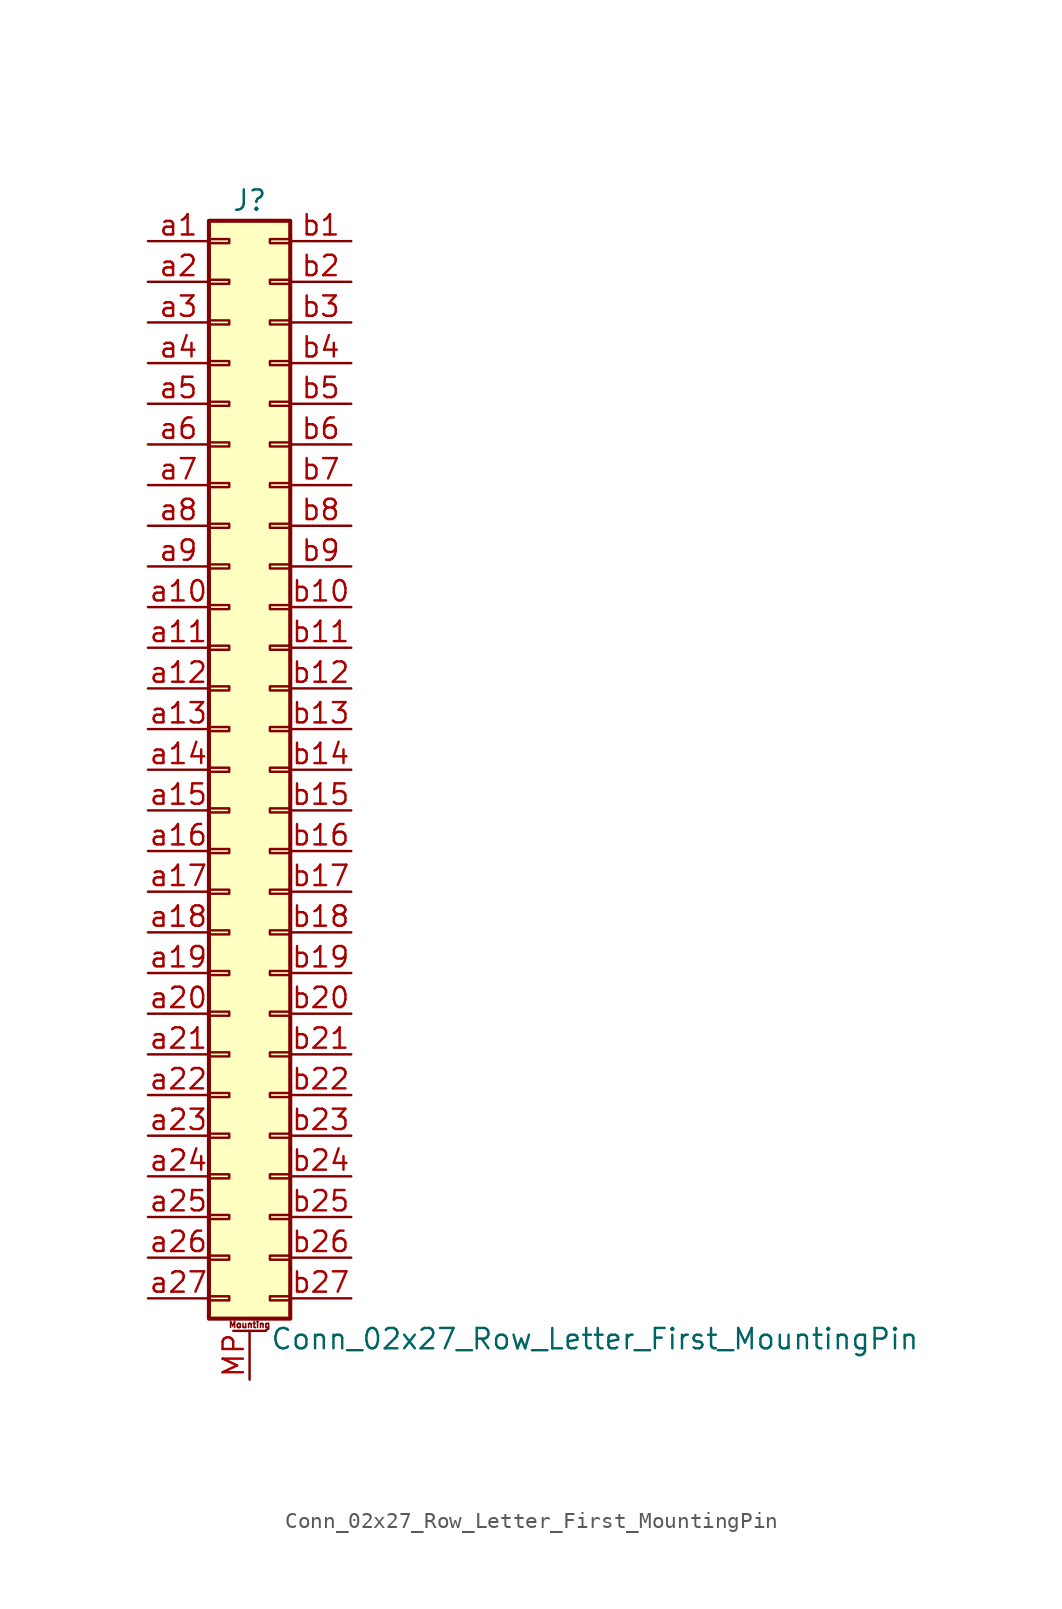
<source format=kicad_sym>
(kicad_symbol_lib
  (version 20211014)
  (generator kicad_symbol_editor)
  (symbol "Conn_02x27_Row_Letter_First_MountingPin"
    (pin_names
      (offset 1.016) hide)
    (property "Reference" "J"
      (at 1.27 35.56 0)
      (effects (font (size 1.27 1.27))))
    (property "Value" "Conn_02x27_Row_Letter_First_MountingPin"
      (at 2.54 -35.56 0)
      (effects (font (size 1.27 1.27)) (justify left)))
    (symbol "Conn_02x27_Row_Letter_First_MountingPin_1_1"
      (rectangle (start -1.27 -32.893) (end 0 -33.147) (stroke (width 0.152) (type default) (color 0 0 0 0)) (fill (type none)))
      (rectangle (start -1.27 -30.353) (end 0 -30.607) (stroke (width 0.152) (type default) (color 0 0 0 0)) (fill (type none)))
      (rectangle (start -1.27 -27.813) (end 0 -28.067) (stroke (width 0.152) (type default) (color 0 0 0 0)) (fill (type none)))
      (rectangle (start -1.27 -25.273) (end 0 -25.527) (stroke (width 0.152) (type default) (color 0 0 0 0)) (fill (type none)))
      (rectangle (start -1.27 -22.733) (end 0 -22.987) (stroke (width 0.152) (type default) (color 0 0 0 0)) (fill (type none)))
      (rectangle (start -1.27 -20.193) (end 0 -20.447) (stroke (width 0.152) (type default) (color 0 0 0 0)) (fill (type none)))
      (rectangle (start -1.27 -17.653) (end 0 -17.907) (stroke (width 0.152) (type default) (color 0 0 0 0)) (fill (type none)))
      (rectangle (start -1.27 -15.113) (end 0 -15.367) (stroke (width 0.152) (type default) (color 0 0 0 0)) (fill (type none)))
      (rectangle (start -1.27 -12.573) (end 0 -12.827) (stroke (width 0.152) (type default) (color 0 0 0 0)) (fill (type none)))
      (rectangle (start -1.27 -10.033) (end 0 -10.287) (stroke (width 0.152) (type default) (color 0 0 0 0)) (fill (type none)))
      (rectangle (start -1.27 -7.493) (end 0 -7.747) (stroke (width 0.152) (type default) (color 0 0 0 0)) (fill (type none)))
      (rectangle (start -1.27 -4.953) (end 0 -5.207) (stroke (width 0.152) (type default) (color 0 0 0 0)) (fill (type none)))
      (rectangle (start -1.27 -2.413) (end 0 -2.667) (stroke (width 0.152) (type default) (color 0 0 0 0)) (fill (type none)))
      (rectangle (start -1.27 0.127) (end 0 -0.127) (stroke (width 0.152) (type default) (color 0 0 0 0)) (fill (type none)))
      (rectangle (start -1.27 2.667) (end 0 2.413) (stroke (width 0.152) (type default) (color 0 0 0 0)) (fill (type none)))
      (rectangle (start -1.27 5.207) (end 0 4.953) (stroke (width 0.152) (type default) (color 0 0 0 0)) (fill (type none)))
      (rectangle (start -1.27 7.747) (end 0 7.493) (stroke (width 0.152) (type default) (color 0 0 0 0)) (fill (type none)))
      (rectangle (start -1.27 10.287) (end 0 10.033) (stroke (width 0.152) (type default) (color 0 0 0 0)) (fill (type none)))
      (rectangle (start -1.27 12.827) (end 0 12.573) (stroke (width 0.152) (type default) (color 0 0 0 0)) (fill (type none)))
      (rectangle (start -1.27 15.367) (end 0 15.113) (stroke (width 0.152) (type default) (color 0 0 0 0)) (fill (type none)))
      (rectangle (start -1.27 17.907) (end 0 17.653) (stroke (width 0.152) (type default) (color 0 0 0 0)) (fill (type none)))
      (rectangle (start -1.27 20.447) (end 0 20.193) (stroke (width 0.152) (type default) (color 0 0 0 0)) (fill (type none)))
      (rectangle (start -1.27 22.987) (end 0 22.733) (stroke (width 0.152) (type default) (color 0 0 0 0)) (fill (type none)))
      (rectangle (start -1.27 25.527) (end 0 25.273) (stroke (width 0.152) (type default) (color 0 0 0 0)) (fill (type none)))
      (rectangle (start -1.27 28.067) (end 0 27.813) (stroke (width 0.152) (type default) (color 0 0 0 0)) (fill (type none)))
      (rectangle (start -1.27 30.607) (end 0 30.353) (stroke (width 0.152) (type default) (color 0 0 0 0)) (fill (type none)))
      (rectangle (start -1.27 33.147) (end 0 32.893) (stroke (width 0.152) (type default) (color 0 0 0 0)) (fill (type none)))
      (rectangle (start -1.27 34.29) (end 3.81 -34.29) (stroke (width 0.254) (type default) (color 0 0 0 0)) (fill (type background)))
      (polyline (pts (xy 0.254 -35.052) (xy 2.286 -35.052)) (stroke (width 0.152) (type default) (color 0 0 0 0)) (fill (type none)))
      (rectangle (start 3.81 -32.893) (end 2.54 -33.147) (stroke (width 0.152) (type default) (color 0 0 0 0)) (fill (type none)))
      (rectangle (start 3.81 -30.353) (end 2.54 -30.607) (stroke (width 0.152) (type default) (color 0 0 0 0)) (fill (type none)))
      (rectangle (start 3.81 -27.813) (end 2.54 -28.067) (stroke (width 0.152) (type default) (color 0 0 0 0)) (fill (type none)))
      (rectangle (start 3.81 -25.273) (end 2.54 -25.527) (stroke (width 0.152) (type default) (color 0 0 0 0)) (fill (type none)))
      (rectangle (start 3.81 -22.733) (end 2.54 -22.987) (stroke (width 0.152) (type default) (color 0 0 0 0)) (fill (type none)))
      (rectangle (start 3.81 -20.193) (end 2.54 -20.447) (stroke (width 0.152) (type default) (color 0 0 0 0)) (fill (type none)))
      (rectangle (start 3.81 -17.653) (end 2.54 -17.907) (stroke (width 0.152) (type default) (color 0 0 0 0)) (fill (type none)))
      (rectangle (start 3.81 -15.113) (end 2.54 -15.367) (stroke (width 0.152) (type default) (color 0 0 0 0)) (fill (type none)))
      (rectangle (start 3.81 -12.573) (end 2.54 -12.827) (stroke (width 0.152) (type default) (color 0 0 0 0)) (fill (type none)))
      (rectangle (start 3.81 -10.033) (end 2.54 -10.287) (stroke (width 0.152) (type default) (color 0 0 0 0)) (fill (type none)))
      (rectangle (start 3.81 -7.493) (end 2.54 -7.747) (stroke (width 0.152) (type default) (color 0 0 0 0)) (fill (type none)))
      (rectangle (start 3.81 -4.953) (end 2.54 -5.207) (stroke (width 0.152) (type default) (color 0 0 0 0)) (fill (type none)))
      (rectangle (start 3.81 -2.413) (end 2.54 -2.667) (stroke (width 0.152) (type default) (color 0 0 0 0)) (fill (type none)))
      (rectangle (start 3.81 0.127) (end 2.54 -0.127) (stroke (width 0.152) (type default) (color 0 0 0 0)) (fill (type none)))
      (rectangle (start 3.81 2.667) (end 2.54 2.413) (stroke (width 0.152) (type default) (color 0 0 0 0)) (fill (type none)))
      (rectangle (start 3.81 5.207) (end 2.54 4.953) (stroke (width 0.152) (type default) (color 0 0 0 0)) (fill (type none)))
      (rectangle (start 3.81 7.747) (end 2.54 7.493) (stroke (width 0.152) (type default) (color 0 0 0 0)) (fill (type none)))
      (rectangle (start 3.81 10.287) (end 2.54 10.033) (stroke (width 0.152) (type default) (color 0 0 0 0)) (fill (type none)))
      (rectangle (start 3.81 12.827) (end 2.54 12.573) (stroke (width 0.152) (type default) (color 0 0 0 0)) (fill (type none)))
      (rectangle (start 3.81 15.367) (end 2.54 15.113) (stroke (width 0.152) (type default) (color 0 0 0 0)) (fill (type none)))
      (rectangle (start 3.81 17.907) (end 2.54 17.653) (stroke (width 0.152) (type default) (color 0 0 0 0)) (fill (type none)))
      (rectangle (start 3.81 20.447) (end 2.54 20.193) (stroke (width 0.152) (type default) (color 0 0 0 0)) (fill (type none)))
      (rectangle (start 3.81 22.987) (end 2.54 22.733) (stroke (width 0.152) (type default) (color 0 0 0 0)) (fill (type none)))
      (rectangle (start 3.81 25.527) (end 2.54 25.273) (stroke (width 0.152) (type default) (color 0 0 0 0)) (fill (type none)))
      (rectangle (start 3.81 28.067) (end 2.54 27.813) (stroke (width 0.152) (type default) (color 0 0 0 0)) (fill (type none)))
      (rectangle (start 3.81 30.607) (end 2.54 30.353) (stroke (width 0.152) (type default) (color 0 0 0 0)) (fill (type none)))
      (rectangle (start 3.81 33.147) (end 2.54 32.893) (stroke (width 0.152) (type default) (color 0 0 0 0)) (fill (type none)))
      (text "Mounting" (at 1.27 -34.671 0) (effects (font (size 0.381 0.381))))
      (pin passive line (at 1.27 -38.1 90) (length 3.048) (name "MountPin" (effects (font (size 1.27 1.27)))) (number "MP" (effects (font (size 1.27 1.27)))))
      (pin passive line (at -5.08 33.02 0) (length 3.81) (name "Pin_a1" (effects (font (size 1.27 1.27)))) (number "a1" (effects (font (size 1.27 1.27)))))
      (pin passive line (at -5.08 10.16 0) (length 3.81) (name "Pin_a10" (effects (font (size 1.27 1.27)))) (number "a10" (effects (font (size 1.27 1.27)))))
      (pin passive line (at -5.08 7.62 0) (length 3.81) (name "Pin_a11" (effects (font (size 1.27 1.27)))) (number "a11" (effects (font (size 1.27 1.27)))))
      (pin passive line (at -5.08 5.08 0) (length 3.81) (name "Pin_a12" (effects (font (size 1.27 1.27)))) (number "a12" (effects (font (size 1.27 1.27)))))
      (pin passive line (at -5.08 2.54 0) (length 3.81) (name "Pin_a13" (effects (font (size 1.27 1.27)))) (number "a13" (effects (font (size 1.27 1.27)))))
      (pin passive line (at -5.08 0 0) (length 3.81) (name "Pin_a14" (effects (font (size 1.27 1.27)))) (number "a14" (effects (font (size 1.27 1.27)))))
      (pin passive line (at -5.08 -2.54 0) (length 3.81) (name "Pin_a15" (effects (font (size 1.27 1.27)))) (number "a15" (effects (font (size 1.27 1.27)))))
      (pin passive line (at -5.08 -5.08 0) (length 3.81) (name "Pin_a16" (effects (font (size 1.27 1.27)))) (number "a16" (effects (font (size 1.27 1.27)))))
      (pin passive line (at -5.08 -7.62 0) (length 3.81) (name "Pin_a17" (effects (font (size 1.27 1.27)))) (number "a17" (effects (font (size 1.27 1.27)))))
      (pin passive line (at -5.08 -10.16 0) (length 3.81) (name "Pin_a18" (effects (font (size 1.27 1.27)))) (number "a18" (effects (font (size 1.27 1.27)))))
      (pin passive line (at -5.08 -12.7 0) (length 3.81) (name "Pin_a19" (effects (font (size 1.27 1.27)))) (number "a19" (effects (font (size 1.27 1.27)))))
      (pin passive line (at -5.08 30.48 0) (length 3.81) (name "Pin_a2" (effects (font (size 1.27 1.27)))) (number "a2" (effects (font (size 1.27 1.27)))))
      (pin passive line (at -5.08 -15.24 0) (length 3.81) (name "Pin_a20" (effects (font (size 1.27 1.27)))) (number "a20" (effects (font (size 1.27 1.27)))))
      (pin passive line (at -5.08 -17.78 0) (length 3.81) (name "Pin_a21" (effects (font (size 1.27 1.27)))) (number "a21" (effects (font (size 1.27 1.27)))))
      (pin passive line (at -5.08 -20.32 0) (length 3.81) (name "Pin_a22" (effects (font (size 1.27 1.27)))) (number "a22" (effects (font (size 1.27 1.27)))))
      (pin passive line (at -5.08 -22.86 0) (length 3.81) (name "Pin_a23" (effects (font (size 1.27 1.27)))) (number "a23" (effects (font (size 1.27 1.27)))))
      (pin passive line (at -5.08 -25.4 0) (length 3.81) (name "Pin_a24" (effects (font (size 1.27 1.27)))) (number "a24" (effects (font (size 1.27 1.27)))))
      (pin passive line (at -5.08 -27.94 0) (length 3.81) (name "Pin_a25" (effects (font (size 1.27 1.27)))) (number "a25" (effects (font (size 1.27 1.27)))))
      (pin passive line (at -5.08 -30.48 0) (length 3.81) (name "Pin_a26" (effects (font (size 1.27 1.27)))) (number "a26" (effects (font (size 1.27 1.27)))))
      (pin passive line (at -5.08 -33.02 0) (length 3.81) (name "Pin_a27" (effects (font (size 1.27 1.27)))) (number "a27" (effects (font (size 1.27 1.27)))))
      (pin passive line (at -5.08 27.94 0) (length 3.81) (name "Pin_a3" (effects (font (size 1.27 1.27)))) (number "a3" (effects (font (size 1.27 1.27)))))
      (pin passive line (at -5.08 25.4 0) (length 3.81) (name "Pin_a4" (effects (font (size 1.27 1.27)))) (number "a4" (effects (font (size 1.27 1.27)))))
      (pin passive line (at -5.08 22.86 0) (length 3.81) (name "Pin_a5" (effects (font (size 1.27 1.27)))) (number "a5" (effects (font (size 1.27 1.27)))))
      (pin passive line (at -5.08 20.32 0) (length 3.81) (name "Pin_a6" (effects (font (size 1.27 1.27)))) (number "a6" (effects (font (size 1.27 1.27)))))
      (pin passive line (at -5.08 17.78 0) (length 3.81) (name "Pin_a7" (effects (font (size 1.27 1.27)))) (number "a7" (effects (font (size 1.27 1.27)))))
      (pin passive line (at -5.08 15.24 0) (length 3.81) (name "Pin_a8" (effects (font (size 1.27 1.27)))) (number "a8" (effects (font (size 1.27 1.27)))))
      (pin passive line (at -5.08 12.7 0) (length 3.81) (name "Pin_a9" (effects (font (size 1.27 1.27)))) (number "a9" (effects (font (size 1.27 1.27)))))
      (pin passive line (at 7.62 33.02 180) (length 3.81) (name "Pin_b1" (effects (font (size 1.27 1.27)))) (number "b1" (effects (font (size 1.27 1.27)))))
      (pin passive line (at 7.62 10.16 180) (length 3.81) (name "Pin_b10" (effects (font (size 1.27 1.27)))) (number "b10" (effects (font (size 1.27 1.27)))))
      (pin passive line (at 7.62 7.62 180) (length 3.81) (name "Pin_b11" (effects (font (size 1.27 1.27)))) (number "b11" (effects (font (size 1.27 1.27)))))
      (pin passive line (at 7.62 5.08 180) (length 3.81) (name "Pin_b12" (effects (font (size 1.27 1.27)))) (number "b12" (effects (font (size 1.27 1.27)))))
      (pin passive line (at 7.62 2.54 180) (length 3.81) (name "Pin_b13" (effects (font (size 1.27 1.27)))) (number "b13" (effects (font (size 1.27 1.27)))))
      (pin passive line (at 7.62 0 180) (length 3.81) (name "Pin_b14" (effects (font (size 1.27 1.27)))) (number "b14" (effects (font (size 1.27 1.27)))))
      (pin passive line (at 7.62 -2.54 180) (length 3.81) (name "Pin_b15" (effects (font (size 1.27 1.27)))) (number "b15" (effects (font (size 1.27 1.27)))))
      (pin passive line (at 7.62 -5.08 180) (length 3.81) (name "Pin_b16" (effects (font (size 1.27 1.27)))) (number "b16" (effects (font (size 1.27 1.27)))))
      (pin passive line (at 7.62 -7.62 180) (length 3.81) (name "Pin_b17" (effects (font (size 1.27 1.27)))) (number "b17" (effects (font (size 1.27 1.27)))))
      (pin passive line (at 7.62 -10.16 180) (length 3.81) (name "Pin_b18" (effects (font (size 1.27 1.27)))) (number "b18" (effects (font (size 1.27 1.27)))))
      (pin passive line (at 7.62 -12.7 180) (length 3.81) (name "Pin_b19" (effects (font (size 1.27 1.27)))) (number "b19" (effects (font (size 1.27 1.27)))))
      (pin passive line (at 7.62 30.48 180) (length 3.81) (name "Pin_b2" (effects (font (size 1.27 1.27)))) (number "b2" (effects (font (size 1.27 1.27)))))
      (pin passive line (at 7.62 -15.24 180) (length 3.81) (name "Pin_b20" (effects (font (size 1.27 1.27)))) (number "b20" (effects (font (size 1.27 1.27)))))
      (pin passive line (at 7.62 -17.78 180) (length 3.81) (name "Pin_b21" (effects (font (size 1.27 1.27)))) (number "b21" (effects (font (size 1.27 1.27)))))
      (pin passive line (at 7.62 -20.32 180) (length 3.81) (name "Pin_b22" (effects (font (size 1.27 1.27)))) (number "b22" (effects (font (size 1.27 1.27)))))
      (pin passive line (at 7.62 -22.86 180) (length 3.81) (name "Pin_b23" (effects (font (size 1.27 1.27)))) (number "b23" (effects (font (size 1.27 1.27)))))
      (pin passive line (at 7.62 -25.4 180) (length 3.81) (name "Pin_b24" (effects (font (size 1.27 1.27)))) (number "b24" (effects (font (size 1.27 1.27)))))
      (pin passive line (at 7.62 -27.94 180) (length 3.81) (name "Pin_b25" (effects (font (size 1.27 1.27)))) (number "b25" (effects (font (size 1.27 1.27)))))
      (pin passive line (at 7.62 -30.48 180) (length 3.81) (name "Pin_b26" (effects (font (size 1.27 1.27)))) (number "b26" (effects (font (size 1.27 1.27)))))
      (pin passive line (at 7.62 -33.02 180) (length 3.81) (name "Pin_b27" (effects (font (size 1.27 1.27)))) (number "b27" (effects (font (size 1.27 1.27)))))
      (pin passive line (at 7.62 27.94 180) (length 3.81) (name "Pin_b3" (effects (font (size 1.27 1.27)))) (number "b3" (effects (font (size 1.27 1.27)))))
      (pin passive line (at 7.62 25.4 180) (length 3.81) (name "Pin_b4" (effects (font (size 1.27 1.27)))) (number "b4" (effects (font (size 1.27 1.27)))))
      (pin passive line (at 7.62 22.86 180) (length 3.81) (name "Pin_b5" (effects (font (size 1.27 1.27)))) (number "b5" (effects (font (size 1.27 1.27)))))
      (pin passive line (at 7.62 20.32 180) (length 3.81) (name "Pin_b6" (effects (font (size 1.27 1.27)))) (number "b6" (effects (font (size 1.27 1.27)))))
      (pin passive line (at 7.62 17.78 180) (length 3.81) (name "Pin_b7" (effects (font (size 1.27 1.27)))) (number "b7" (effects (font (size 1.27 1.27)))))
      (pin passive line (at 7.62 15.24 180) (length 3.81) (name "Pin_b8" (effects (font (size 1.27 1.27)))) (number "b8" (effects (font (size 1.27 1.27)))))
      (pin passive line (at 7.62 12.7 180) (length 3.81) (name "Pin_b9" (effects (font (size 1.27 1.27)))) (number "b9" (effects (font (size 1.27 1.27))))))))
</source>
